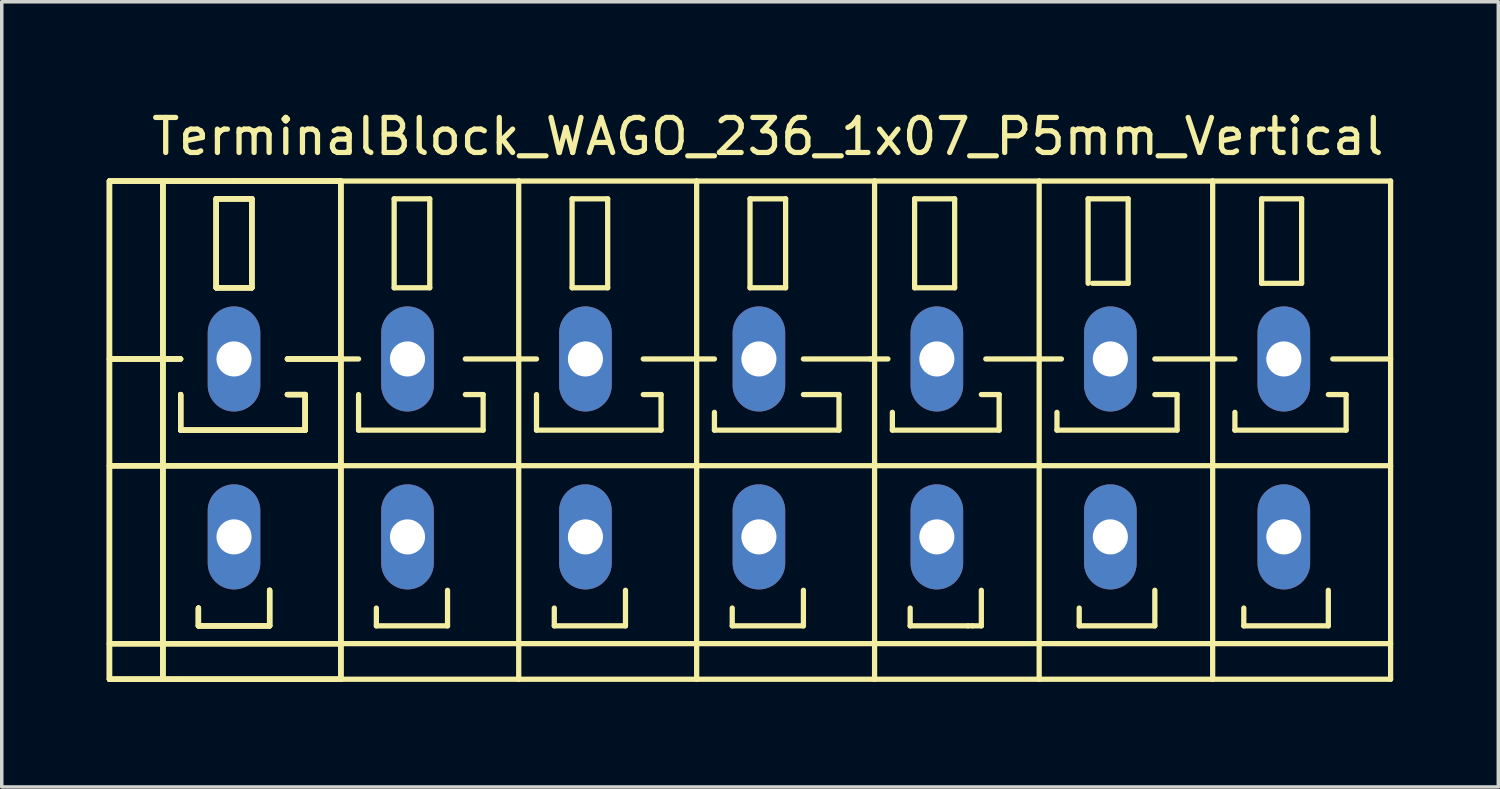
<source format=kicad_pcb>
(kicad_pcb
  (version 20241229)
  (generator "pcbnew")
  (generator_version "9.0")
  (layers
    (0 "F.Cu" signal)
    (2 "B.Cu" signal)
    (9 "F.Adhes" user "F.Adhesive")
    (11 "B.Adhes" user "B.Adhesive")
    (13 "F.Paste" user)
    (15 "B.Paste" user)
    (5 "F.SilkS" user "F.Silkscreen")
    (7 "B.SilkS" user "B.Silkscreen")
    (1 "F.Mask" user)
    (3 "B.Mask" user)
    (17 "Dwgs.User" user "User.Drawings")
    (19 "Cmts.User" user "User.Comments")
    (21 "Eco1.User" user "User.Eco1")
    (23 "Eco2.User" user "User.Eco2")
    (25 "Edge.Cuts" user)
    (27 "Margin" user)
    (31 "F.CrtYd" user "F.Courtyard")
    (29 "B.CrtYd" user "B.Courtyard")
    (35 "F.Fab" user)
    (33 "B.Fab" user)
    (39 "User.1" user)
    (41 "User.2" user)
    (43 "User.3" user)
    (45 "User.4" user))
  (footprint "TerminalBlock_WAGO_236_1x07_P5mm_Vertical"
    (layer "F.Cu")
    (at 18.871 9.738)
    (property "Reference" "TerminalBlock_WAGO_236_1x07_P5mm_Vertical" (at 0 -8.89 0) (layer "F.SilkS") (effects (font (size 1 1) (thickness 0.15))))
    (attr through_hole)
    (fp_line (start -18.796 -7.62) (end -17.272 -7.62) (stroke (width 0.15) (type solid)) (layer "F.SilkS"))
    (fp_line (start -18.796 -7.62) (end -17.272 -7.62) (stroke (width 0.15) (type solid)) (layer "F.SilkS"))
    (fp_line (start -18.796 -7.62) (end -17.272 -7.62) (stroke (width 0.15) (type solid)) (layer "F.SilkS"))
    (fp_line (start -18.796 -7.62) (end -17.272 -7.62) (stroke (width 0.15) (type solid)) (layer "F.SilkS"))
    (fp_line (start -18.796 -2.54) (end -16.764 -2.54) (stroke (width 0.15) (type solid)) (layer "F.SilkS"))
    (fp_line (start -18.796 -2.54) (end -16.764 -2.54) (stroke (width 0.15) (type solid)) (layer "F.SilkS"))
    (fp_line (start -18.796 -2.54) (end -16.764 -2.54) (stroke (width 0.15) (type solid)) (layer "F.SilkS"))
    (fp_line (start -18.796 -2.54) (end -16.764 -2.54) (stroke (width 0.15) (type solid)) (layer "F.SilkS"))
    (fp_line (start -18.796 0.508) (end -12.192 0.508) (stroke (width 0.15) (type solid)) (layer "F.SilkS"))
    (fp_line (start -18.796 0.508) (end -12.192 0.508) (stroke (width 0.15) (type solid)) (layer "F.SilkS"))
    (fp_line (start -18.796 0.508) (end -12.192 0.508) (stroke (width 0.15) (type solid)) (layer "F.SilkS"))
    (fp_line (start -18.796 0.508) (end -12.192 0.508) (stroke (width 0.15) (type solid)) (layer "F.SilkS"))
    (fp_line (start -18.796 5.588) (end -12.192 5.588) (stroke (width 0.15) (type solid)) (layer "F.SilkS"))
    (fp_line (start -18.796 5.588) (end -12.192 5.588) (stroke (width 0.15) (type solid)) (layer "F.SilkS"))
    (fp_line (start -18.796 5.588) (end -12.192 5.588) (stroke (width 0.15) (type solid)) (layer "F.SilkS"))
    (fp_line (start -18.796 5.588) (end -12.192 5.588) (stroke (width 0.15) (type solid)) (layer "F.SilkS"))
    (fp_line (start -18.796 6.604) (end -18.796 -7.62) (stroke (width 0.15) (type solid)) (layer "F.SilkS"))
    (fp_line (start -18.796 6.604) (end -18.796 -7.62) (stroke (width 0.15) (type solid)) (layer "F.SilkS"))
    (fp_line (start -18.796 6.604) (end -18.796 -7.62) (stroke (width 0.15) (type solid)) (layer "F.SilkS"))
    (fp_line (start -18.796 6.604) (end -18.796 -7.62) (stroke (width 0.15) (type solid)) (layer "F.SilkS"))
    (fp_line (start -17.272 -7.62) (end -15.24 -7.62) (stroke (width 0.15) (type solid)) (layer "F.SilkS"))
    (fp_line (start -17.272 -7.62) (end -15.24 -7.62) (stroke (width 0.15) (type solid)) (layer "F.SilkS"))
    (fp_line (start -17.272 -7.62) (end -15.24 -7.62) (stroke (width 0.15) (type solid)) (layer "F.SilkS"))
    (fp_line (start -17.272 -7.62) (end -15.24 -7.62) (stroke (width 0.15) (type solid)) (layer "F.SilkS"))
    (fp_line (start -17.272 6.604) (end -18.796 6.604) (stroke (width 0.15) (type solid)) (layer "F.SilkS"))
    (fp_line (start -17.272 6.604) (end -18.796 6.604) (stroke (width 0.15) (type solid)) (layer "F.SilkS"))
    (fp_line (start -17.272 6.604) (end -18.796 6.604) (stroke (width 0.15) (type solid)) (layer "F.SilkS"))
    (fp_line (start -17.272 6.604) (end -18.796 6.604) (stroke (width 0.15) (type solid)) (layer "F.SilkS"))
    (fp_line (start -17.272 6.604) (end -17.272 -7.62) (stroke (width 0.15) (type solid)) (layer "F.SilkS"))
    (fp_line (start -17.272 6.604) (end -17.272 -7.62) (stroke (width 0.15) (type solid)) (layer "F.SilkS"))
    (fp_line (start -17.272 6.604) (end -17.272 -7.62) (stroke (width 0.15) (type solid)) (layer "F.SilkS"))
    (fp_line (start -17.272 6.604) (end -17.272 -7.62) (stroke (width 0.15) (type solid)) (layer "F.SilkS"))
    (fp_line (start -16.764 -1.524) (end -16.764 -0.508) (stroke (width 0.15) (type solid)) (layer "F.SilkS"))
    (fp_line (start -16.764 -1.524) (end -16.764 -0.508) (stroke (width 0.15) (type solid)) (layer "F.SilkS"))
    (fp_line (start -16.764 -1.524) (end -16.764 -0.508) (stroke (width 0.15) (type solid)) (layer "F.SilkS"))
    (fp_line (start -16.764 -1.524) (end -16.764 -0.508) (stroke (width 0.15) (type solid)) (layer "F.SilkS"))
    (fp_line (start -16.764 -0.508) (end -13.208 -0.508) (stroke (width 0.15) (type solid)) (layer "F.SilkS"))
    (fp_line (start -16.764 -0.508) (end -13.208 -0.508) (stroke (width 0.15) (type solid)) (layer "F.SilkS"))
    (fp_line (start -16.764 -0.508) (end -13.208 -0.508) (stroke (width 0.15) (type solid)) (layer "F.SilkS"))
    (fp_line (start -16.764 -0.508) (end -13.208 -0.508) (stroke (width 0.15) (type solid)) (layer "F.SilkS"))
    (fp_line (start -16.256 4.572) (end -16.256 5.08) (stroke (width 0.15) (type solid)) (layer "F.SilkS"))
    (fp_line (start -16.256 4.572) (end -16.256 5.08) (stroke (width 0.15) (type solid)) (layer "F.SilkS"))
    (fp_line (start -16.256 4.572) (end -16.256 5.08) (stroke (width 0.15) (type solid)) (layer "F.SilkS"))
    (fp_line (start -16.256 4.572) (end -16.256 5.08) (stroke (width 0.15) (type solid)) (layer "F.SilkS"))
    (fp_line (start -16.256 5.08) (end -14.224 5.08) (stroke (width 0.15) (type solid)) (layer "F.SilkS"))
    (fp_line (start -16.256 5.08) (end -14.224 5.08) (stroke (width 0.15) (type solid)) (layer "F.SilkS"))
    (fp_line (start -16.256 5.08) (end -14.224 5.08) (stroke (width 0.15) (type solid)) (layer "F.SilkS"))
    (fp_line (start -16.256 5.08) (end -14.224 5.08) (stroke (width 0.15) (type solid)) (layer "F.SilkS"))
    (fp_line (start -15.748 -7.112) (end -14.732 -7.112) (stroke (width 0.15) (type solid)) (layer "F.SilkS"))
    (fp_line (start -15.748 -7.112) (end -14.732 -7.112) (stroke (width 0.15) (type solid)) (layer "F.SilkS"))
    (fp_line (start -15.748 -7.112) (end -14.732 -7.112) (stroke (width 0.15) (type solid)) (layer "F.SilkS"))
    (fp_line (start -15.748 -7.112) (end -14.732 -7.112) (stroke (width 0.15) (type solid)) (layer "F.SilkS"))
    (fp_line (start -15.748 -4.572) (end -15.748 -7.112) (stroke (width 0.15) (type solid)) (layer "F.SilkS"))
    (fp_line (start -15.748 -4.572) (end -15.748 -7.112) (stroke (width 0.15) (type solid)) (layer "F.SilkS"))
    (fp_line (start -15.748 -4.572) (end -15.748 -7.112) (stroke (width 0.15) (type solid)) (layer "F.SilkS"))
    (fp_line (start -15.748 -4.572) (end -15.748 -7.112) (stroke (width 0.15) (type solid)) (layer "F.SilkS"))
    (fp_line (start -15.24 -7.62) (end -12.192 -7.62) (stroke (width 0.15) (type solid)) (layer "F.SilkS"))
    (fp_line (start -15.24 -7.62) (end -12.192 -7.62) (stroke (width 0.15) (type solid)) (layer "F.SilkS"))
    (fp_line (start -15.24 -7.62) (end -12.192 -7.62) (stroke (width 0.15) (type solid)) (layer "F.SilkS"))
    (fp_line (start -15.24 -7.62) (end -12.192 -7.62) (stroke (width 0.15) (type solid)) (layer "F.SilkS"))
    (fp_line (start -14.732 -7.112) (end -14.732 -4.572) (stroke (width 0.15) (type solid)) (layer "F.SilkS"))
    (fp_line (start -14.732 -7.112) (end -14.732 -4.572) (stroke (width 0.15) (type solid)) (layer "F.SilkS"))
    (fp_line (start -14.732 -7.112) (end -14.732 -4.572) (stroke (width 0.15) (type solid)) (layer "F.SilkS"))
    (fp_line (start -14.732 -7.112) (end -14.732 -4.572) (stroke (width 0.15) (type solid)) (layer "F.SilkS"))
    (fp_line (start -14.732 -4.572) (end -15.748 -4.572) (stroke (width 0.15) (type solid)) (layer "F.SilkS"))
    (fp_line (start -14.732 -4.572) (end -15.748 -4.572) (stroke (width 0.15) (type solid)) (layer "F.SilkS"))
    (fp_line (start -14.732 -4.572) (end -15.748 -4.572) (stroke (width 0.15) (type solid)) (layer "F.SilkS"))
    (fp_line (start -14.732 -4.572) (end -15.748 -4.572) (stroke (width 0.15) (type solid)) (layer "F.SilkS"))
    (fp_line (start -14.224 5.08) (end -14.224 4.064) (stroke (width 0.15) (type solid)) (layer "F.SilkS"))
    (fp_line (start -14.224 5.08) (end -14.224 4.064) (stroke (width 0.15) (type solid)) (layer "F.SilkS"))
    (fp_line (start -14.224 5.08) (end -14.224 4.064) (stroke (width 0.15) (type solid)) (layer "F.SilkS"))
    (fp_line (start -14.224 5.08) (end -14.224 4.064) (stroke (width 0.15) (type solid)) (layer "F.SilkS"))
    (fp_line (start -13.716 -2.54) (end -12.192 -2.54) (stroke (width 0.15) (type solid)) (layer "F.SilkS"))
    (fp_line (start -13.716 -2.54) (end -12.192 -2.54) (stroke (width 0.15) (type solid)) (layer "F.SilkS"))
    (fp_line (start -13.716 -2.54) (end -12.192 -2.54) (stroke (width 0.15) (type solid)) (layer "F.SilkS"))
    (fp_line (start -13.716 -2.54) (end -12.192 -2.54) (stroke (width 0.15) (type solid)) (layer "F.SilkS"))
    (fp_line (start -13.208 -1.524) (end -13.716 -1.524) (stroke (width 0.15) (type solid)) (layer "F.SilkS"))
    (fp_line (start -13.208 -1.524) (end -13.716 -1.524) (stroke (width 0.15) (type solid)) (layer "F.SilkS"))
    (fp_line (start -13.208 -1.524) (end -13.716 -1.524) (stroke (width 0.15) (type solid)) (layer "F.SilkS"))
    (fp_line (start -13.208 -1.524) (end -13.716 -1.524) (stroke (width 0.15) (type solid)) (layer "F.SilkS"))
    (fp_line (start -13.208 -0.508) (end -13.208 -1.524) (stroke (width 0.15) (type solid)) (layer "F.SilkS"))
    (fp_line (start -13.208 -0.508) (end -13.208 -1.524) (stroke (width 0.15) (type solid)) (layer "F.SilkS"))
    (fp_line (start -13.208 -0.508) (end -13.208 -1.524) (stroke (width 0.15) (type solid)) (layer "F.SilkS"))
    (fp_line (start -13.208 -0.508) (end -13.208 -1.524) (stroke (width 0.15) (type solid)) (layer "F.SilkS"))
    (fp_line (start -12.192 -7.62) (end -12.192 6.604) (stroke (width 0.15) (type solid)) (layer "F.SilkS"))
    (fp_line (start -12.192 -7.62) (end -12.192 6.604) (stroke (width 0.15) (type solid)) (layer "F.SilkS"))
    (fp_line (start -12.192 -7.62) (end -12.192 6.604) (stroke (width 0.15) (type solid)) (layer "F.SilkS"))
    (fp_line (start -12.192 -7.62) (end -12.192 6.604) (stroke (width 0.15) (type solid)) (layer "F.SilkS"))
    (fp_line (start -12.192 -2.54) (end -11.684 -2.54) (stroke (width 0.15) (type solid)) (layer "F.SilkS"))
    (fp_line (start -12.192 0.508) (end -7.112 0.508) (stroke (width 0.15) (type solid)) (layer "F.SilkS"))
    (fp_line (start -12.192 5.588) (end -7.112 5.588) (stroke (width 0.15) (type solid)) (layer "F.SilkS"))
    (fp_line (start -12.192 6.604) (end -17.272 6.604) (stroke (width 0.15) (type solid)) (layer "F.SilkS"))
    (fp_line (start -12.192 6.604) (end -17.272 6.604) (stroke (width 0.15) (type solid)) (layer "F.SilkS"))
    (fp_line (start -12.192 6.604) (end -17.272 6.604) (stroke (width 0.15) (type solid)) (layer "F.SilkS"))
    (fp_line (start -12.192 6.604) (end -17.272 6.604) (stroke (width 0.15) (type solid)) (layer "F.SilkS"))
    (fp_line (start -12.192 6.604) (end -7.112 6.604) (stroke (width 0.15) (type solid)) (layer "F.SilkS"))
    (fp_line (start -11.684 -1.524) (end -11.684 -0.508) (stroke (width 0.15) (type solid)) (layer "F.SilkS"))
    (fp_line (start -11.684 -0.508) (end -8.128 -0.508) (stroke (width 0.15) (type solid)) (layer "F.SilkS"))
    (fp_line (start -11.176 4.572) (end -11.176 5.08) (stroke (width 0.15) (type solid)) (layer "F.SilkS"))
    (fp_line (start -11.176 5.08) (end -9.144 5.08) (stroke (width 0.15) (type solid)) (layer "F.SilkS"))
    (fp_line (start -10.668 -7.112) (end -10.668 -4.572) (stroke (width 0.15) (type solid)) (layer "F.SilkS"))
    (fp_line (start -10.668 -4.572) (end -9.652 -4.572) (stroke (width 0.15) (type solid)) (layer "F.SilkS"))
    (fp_line (start -9.652 -7.112) (end -10.668 -7.112) (stroke (width 0.15) (type solid)) (layer "F.SilkS"))
    (fp_line (start -9.652 -4.572) (end -9.652 -7.112) (stroke (width 0.15) (type solid)) (layer "F.SilkS"))
    (fp_line (start -9.144 5.08) (end -9.144 4.064) (stroke (width 0.15) (type solid)) (layer "F.SilkS"))
    (fp_line (start -8.636 -2.54) (end -7.112 -2.54) (stroke (width 0.15) (type solid)) (layer "F.SilkS"))
    (fp_line (start -8.128 -1.524) (end -8.636 -1.524) (stroke (width 0.15) (type solid)) (layer "F.SilkS"))
    (fp_line (start -8.128 -0.508) (end -8.128 -1.524) (stroke (width 0.15) (type solid)) (layer "F.SilkS"))
    (fp_line (start -7.112 -7.62) (end -12.192 -7.62) (stroke (width 0.15) (type solid)) (layer "F.SilkS"))
    (fp_line (start -7.112 -2.54) (end -6.604 -2.54) (stroke (width 0.15) (type solid)) (layer "F.SilkS"))
    (fp_line (start -7.112 0.508) (end -2.032 0.508) (stroke (width 0.15) (type solid)) (layer "F.SilkS"))
    (fp_line (start -7.112 5.588) (end -2.032 5.588) (stroke (width 0.15) (type solid)) (layer "F.SilkS"))
    (fp_line (start -7.112 6.604) (end -7.112 -7.62) (stroke (width 0.15) (type solid)) (layer "F.SilkS"))
    (fp_line (start -7.112 6.604) (end -2.032 6.604) (stroke (width 0.15) (type solid)) (layer "F.SilkS"))
    (fp_line (start -6.604 -1.524) (end -6.604 -0.508) (stroke (width 0.15) (type solid)) (layer "F.SilkS"))
    (fp_line (start -6.604 -0.508) (end -3.048 -0.508) (stroke (width 0.15) (type solid)) (layer "F.SilkS"))
    (fp_line (start -6.096 4.572) (end -6.096 5.08) (stroke (width 0.15) (type solid)) (layer "F.SilkS"))
    (fp_line (start -6.096 5.08) (end -4.064 5.08) (stroke (width 0.15) (type solid)) (layer "F.SilkS"))
    (fp_line (start -5.588 -7.112) (end -5.588 -4.572) (stroke (width 0.15) (type solid)) (layer "F.SilkS"))
    (fp_line (start -5.588 -4.572) (end -4.572 -4.572) (stroke (width 0.15) (type solid)) (layer "F.SilkS"))
    (fp_line (start -4.572 -7.112) (end -5.588 -7.112) (stroke (width 0.15) (type solid)) (layer "F.SilkS"))
    (fp_line (start -4.572 -4.572) (end -4.572 -7.112) (stroke (width 0.15) (type solid)) (layer "F.SilkS"))
    (fp_line (start -4.064 5.08) (end -4.064 4.064) (stroke (width 0.15) (type solid)) (layer "F.SilkS"))
    (fp_line (start -3.556 -2.54) (end -2.032 -2.54) (stroke (width 0.15) (type solid)) (layer "F.SilkS"))
    (fp_line (start -3.048 -1.524) (end -3.556 -1.524) (stroke (width 0.15) (type solid)) (layer "F.SilkS"))
    (fp_line (start -3.048 -0.508) (end -3.048 -1.524) (stroke (width 0.15) (type solid)) (layer "F.SilkS"))
    (fp_line (start -2.032 -7.62) (end -7.112 -7.62) (stroke (width 0.15) (type solid)) (layer "F.SilkS"))
    (fp_line (start -2.032 -2.54) (end -1.524 -2.54) (stroke (width 0.15) (type solid)) (layer "F.SilkS"))
    (fp_line (start -2.032 0.508) (end 3.048 0.508) (stroke (width 0.15) (type solid)) (layer "F.SilkS"))
    (fp_line (start -2.032 5.588) (end 3.048 5.588) (stroke (width 0.15) (type solid)) (layer "F.SilkS"))
    (fp_line (start -2.032 6.604) (end -2.032 -7.62) (stroke (width 0.15) (type solid)) (layer "F.SilkS"))
    (fp_line (start -2.032 6.604) (end 3.048 6.604) (stroke (width 0.15) (type solid)) (layer "F.SilkS"))
    (fp_line (start -1.524 -1.016) (end -1.524 -0.508) (stroke (width 0.15) (type solid)) (layer "F.SilkS"))
    (fp_line (start -1.524 -0.508) (end 2.032 -0.508) (stroke (width 0.15) (type solid)) (layer "F.SilkS"))
    (fp_line (start -1.016 4.572) (end -1.016 5.08) (stroke (width 0.15) (type solid)) (layer "F.SilkS"))
    (fp_line (start -1.016 5.08) (end 1.016 5.08) (stroke (width 0.15) (type solid)) (layer "F.SilkS"))
    (fp_line (start -0.508 -7.112) (end -0.508 -4.572) (stroke (width 0.15) (type solid)) (layer "F.SilkS"))
    (fp_line (start -0.508 -4.572) (end 0.508 -4.572) (stroke (width 0.15) (type solid)) (layer "F.SilkS"))
    (fp_line (start 0.508 -7.112) (end -0.508 -7.112) (stroke (width 0.15) (type solid)) (layer "F.SilkS"))
    (fp_line (start 0.508 -4.572) (end 0.508 -7.112) (stroke (width 0.15) (type solid)) (layer "F.SilkS"))
    (fp_line (start 1.016 -2.54) (end 3.048 -2.54) (stroke (width 0.15) (type solid)) (layer "F.SilkS"))
    (fp_line (start 1.016 5.08) (end 1.016 4.064) (stroke (width 0.15) (type solid)) (layer "F.SilkS"))
    (fp_line (start 2.032 -1.524) (end 1.016 -1.524) (stroke (width 0.15) (type solid)) (layer "F.SilkS"))
    (fp_line (start 2.032 -0.508) (end 2.032 -1.524) (stroke (width 0.15) (type solid)) (layer "F.SilkS"))
    (fp_line (start 2.921 -2.54) (end 3.429 -2.54) (stroke (width 0.15) (type solid)) (layer "F.SilkS"))
    (fp_line (start 3.048 -7.62) (end -2.032 -7.62) (stroke (width 0.15) (type solid)) (layer "F.SilkS"))
    (fp_line (start 3.048 0.508) (end 7.747 0.508) (stroke (width 0.15) (type solid)) (layer "F.SilkS"))
    (fp_line (start 3.048 5.588) (end 7.747 5.588) (stroke (width 0.15) (type solid)) (layer "F.SilkS"))
    (fp_line (start 3.048 6.604) (end 3.048 -7.62) (stroke (width 0.15) (type solid)) (layer "F.SilkS"))
    (fp_line (start 3.048 6.604) (end 7.747 6.604) (stroke (width 0.15) (type solid)) (layer "F.SilkS"))
    (fp_line (start 3.556 -1.016) (end 3.556 -0.508) (stroke (width 0.15) (type solid)) (layer "F.SilkS"))
    (fp_line (start 3.556 -0.508) (end 6.604 -0.508) (stroke (width 0.15) (type solid)) (layer "F.SilkS"))
    (fp_line (start 4.064 4.572) (end 4.064 5.08) (stroke (width 0.15) (type solid)) (layer "F.SilkS"))
    (fp_line (start 4.064 5.08) (end 5.715 5.08) (stroke (width 0.15) (type solid)) (layer "F.SilkS"))
    (fp_line (start 4.191 -7.112) (end 5.334 -7.112) (stroke (width 0.15) (type solid)) (layer "F.SilkS"))
    (fp_line (start 4.191 -4.572) (end 4.191 -7.112) (stroke (width 0.15) (type solid)) (layer "F.SilkS"))
    (fp_line (start 5.334 -7.112) (end 5.334 -4.572) (stroke (width 0.15) (type solid)) (layer "F.SilkS"))
    (fp_line (start 5.334 -4.572) (end 4.191 -4.572) (stroke (width 0.15) (type solid)) (layer "F.SilkS"))
    (fp_line (start 5.715 5.08) (end 5.842 5.08) (stroke (width 0.15) (type solid)) (layer "F.SilkS"))
    (fp_line (start 5.842 5.08) (end 6.096 5.08) (stroke (width 0.15) (type solid)) (layer "F.SilkS"))
    (fp_line (start 6.096 5.08) (end 6.096 4.064) (stroke (width 0.15) (type solid)) (layer "F.SilkS"))
    (fp_line (start 6.223 -2.54) (end 7.747 -2.54) (stroke (width 0.15) (type solid)) (layer "F.SilkS"))
    (fp_line (start 6.604 -1.524) (end 6.096 -1.524) (stroke (width 0.15) (type solid)) (layer "F.SilkS"))
    (fp_line (start 6.604 -0.508) (end 6.604 -1.524) (stroke (width 0.15) (type solid)) (layer "F.SilkS"))
    (fp_line (start 7.747 -7.62) (end 3.048 -7.62) (stroke (width 0.15) (type solid)) (layer "F.SilkS"))
    (fp_line (start 7.747 -2.54) (end 8.382 -2.54) (stroke (width 0.15) (type solid)) (layer "F.SilkS"))
    (fp_line (start 7.747 0.508) (end 12.7 0.508) (stroke (width 0.15) (type solid)) (layer "F.SilkS"))
    (fp_line (start 7.747 5.588) (end 12.7 5.588) (stroke (width 0.15) (type solid)) (layer "F.SilkS"))
    (fp_line (start 7.747 6.604) (end 7.747 -7.62) (stroke (width 0.15) (type solid)) (layer "F.SilkS"))
    (fp_line (start 7.747 6.604) (end 12.7 6.604) (stroke (width 0.15) (type solid)) (layer "F.SilkS"))
    (fp_line (start 8.255 -1.016) (end 8.255 -0.508) (stroke (width 0.15) (type solid)) (layer "F.SilkS"))
    (fp_line (start 8.255 -0.508) (end 11.684 -0.508) (stroke (width 0.15) (type solid)) (layer "F.SilkS"))
    (fp_line (start 8.89 4.572) (end 8.89 5.08) (stroke (width 0.15) (type solid)) (layer "F.SilkS"))
    (fp_line (start 8.89 5.08) (end 11.049 5.08) (stroke (width 0.15) (type solid)) (layer "F.SilkS"))
    (fp_line (start 9.144 -7.112) (end 9.144 -4.699) (stroke (width 0.15) (type solid)) (layer "F.SilkS"))
    (fp_line (start 9.271 -4.699) (end 10.287 -4.699) (stroke (width 0.15) (type solid)) (layer "F.SilkS"))
    (fp_line (start 10.287 -7.112) (end 9.144 -7.112) (stroke (width 0.15) (type solid)) (layer "F.SilkS"))
    (fp_line (start 10.287 -4.699) (end 10.287 -7.112) (stroke (width 0.15) (type solid)) (layer "F.SilkS"))
    (fp_line (start 11.049 -2.54) (end 12.7 -2.54) (stroke (width 0.15) (type solid)) (layer "F.SilkS"))
    (fp_line (start 11.049 5.08) (end 11.049 4.064) (stroke (width 0.15) (type solid)) (layer "F.SilkS"))
    (fp_line (start 11.684 -1.524) (end 11.049 -1.524) (stroke (width 0.15) (type solid)) (layer "F.SilkS"))
    (fp_line (start 11.684 -0.508) (end 11.684 -1.524) (stroke (width 0.15) (type solid)) (layer "F.SilkS"))
    (fp_line (start 12.7 -7.62) (end 7.747 -7.62) (stroke (width 0.15) (type solid)) (layer "F.SilkS"))
    (fp_line (start 12.7 -2.54) (end 13.335 -2.54) (stroke (width 0.15) (type solid)) (layer "F.SilkS"))
    (fp_line (start 12.7 0.508) (end 17.78 0.508) (stroke (width 0.15) (type solid)) (layer "F.SilkS"))
    (fp_line (start 12.7 5.588) (end 17.78 5.588) (stroke (width 0.15) (type solid)) (layer "F.SilkS"))
    (fp_line (start 12.7 6.604) (end 12.7 -7.62) (stroke (width 0.15) (type solid)) (layer "F.SilkS"))
    (fp_line (start 12.7 6.604) (end 17.78 6.604) (stroke (width 0.15) (type solid)) (layer "F.SilkS"))
    (fp_line (start 13.335 -1.016) (end 13.335 -0.508) (stroke (width 0.15) (type solid)) (layer "F.SilkS"))
    (fp_line (start 13.335 -0.508) (end 16.51 -0.508) (stroke (width 0.15) (type solid)) (layer "F.SilkS"))
    (fp_line (start 13.589 4.572) (end 13.589 5.08) (stroke (width 0.15) (type solid)) (layer "F.SilkS"))
    (fp_line (start 13.589 5.08) (end 16.002 5.08) (stroke (width 0.15) (type solid)) (layer "F.SilkS"))
    (fp_line (start 14.097 -7.112) (end 14.097 -4.699) (stroke (width 0.15) (type solid)) (layer "F.SilkS"))
    (fp_line (start 14.097 -4.699) (end 15.24 -4.699) (stroke (width 0.15) (type solid)) (layer "F.SilkS"))
    (fp_line (start 15.24 -7.112) (end 14.097 -7.112) (stroke (width 0.15) (type solid)) (layer "F.SilkS"))
    (fp_line (start 15.24 -4.699) (end 15.24 -7.112) (stroke (width 0.15) (type solid)) (layer "F.SilkS"))
    (fp_line (start 16.002 5.08) (end 16.002 4.064) (stroke (width 0.15) (type solid)) (layer "F.SilkS"))
    (fp_line (start 16.129 -2.54) (end 17.78 -2.54) (stroke (width 0.15) (type solid)) (layer "F.SilkS"))
    (fp_line (start 16.51 -1.524) (end 16.002 -1.524) (stroke (width 0.15) (type solid)) (layer "F.SilkS"))
    (fp_line (start 16.51 -0.508) (end 16.51 -1.524) (stroke (width 0.15) (type solid)) (layer "F.SilkS"))
    (fp_line (start 17.78 -7.62) (end 12.7 -7.62) (stroke (width 0.15) (type solid)) (layer "F.SilkS"))
    (fp_line (start 17.78 6.604) (end 17.78 -7.62) (stroke (width 0.15) (type solid)) (layer "F.SilkS"))
    (pad "1" thru_hole oval (at -15.24 -2.54 90) (size 3 1.501) (drill 1.001) (layers "*.Cu" "*.Mask"))
    (pad "1" thru_hole oval (at -15.24 2.54 90) (size 3 1.501) (drill 1.001) (layers "*.Cu" "*.Mask"))
    (pad "2" thru_hole oval (at -10.287 -2.54 90) (size 3 1.501) (drill 1.001) (layers "*.Cu" "*.Mask"))
    (pad "2" thru_hole oval (at -10.287 2.54 90) (size 3 1.501) (drill 1.001) (layers "*.Cu" "*.Mask"))
    (pad "3" thru_hole oval (at -5.207 -2.54 90) (size 3 1.501) (drill 1.001) (layers "*.Cu" "*.Mask"))
    (pad "3" thru_hole oval (at -5.207 2.54 90) (size 3 1.501) (drill 1.001) (layers "*.Cu" "*.Mask"))
    (pad "4" thru_hole oval (at -0.254 -2.54 90) (size 3 1.501) (drill 1.001) (layers "*.Cu" "*.Mask"))
    (pad "4" thru_hole oval (at -0.254 2.54 90) (size 3 1.501) (drill 1.001) (layers "*.Cu" "*.Mask"))
    (pad "5" thru_hole oval (at 4.826 -2.54 90) (size 3 1.501) (drill 1.001) (layers "*.Cu" "*.Mask"))
    (pad "5" thru_hole oval (at 4.826 2.54 90) (size 3 1.501) (drill 1.001) (layers "*.Cu" "*.Mask"))
    (pad "6" thru_hole oval (at 9.779 -2.54 90) (size 3 1.501) (drill 1.001) (layers "*.Cu" "*.Mask"))
    (pad "6" thru_hole oval (at 9.779 2.54 90) (size 3 1.501) (drill 1.001) (layers "*.Cu" "*.Mask"))
    (pad "7" thru_hole oval (at 14.732 -2.54 90) (size 3 1.501) (drill 1.001) (layers "*.Cu" "*.Mask"))
    (pad "7" thru_hole oval (at 14.732 2.54 90) (size 3 1.501) (drill 1.001) (layers "*.Cu" "*.Mask")))
  (gr_rect
    (start -3 -3)
    (end 39.726 19.417)
    (stroke (width 0.1) (type default))
    (fill no)
    (layer "Edge.Cuts")))
</source>
